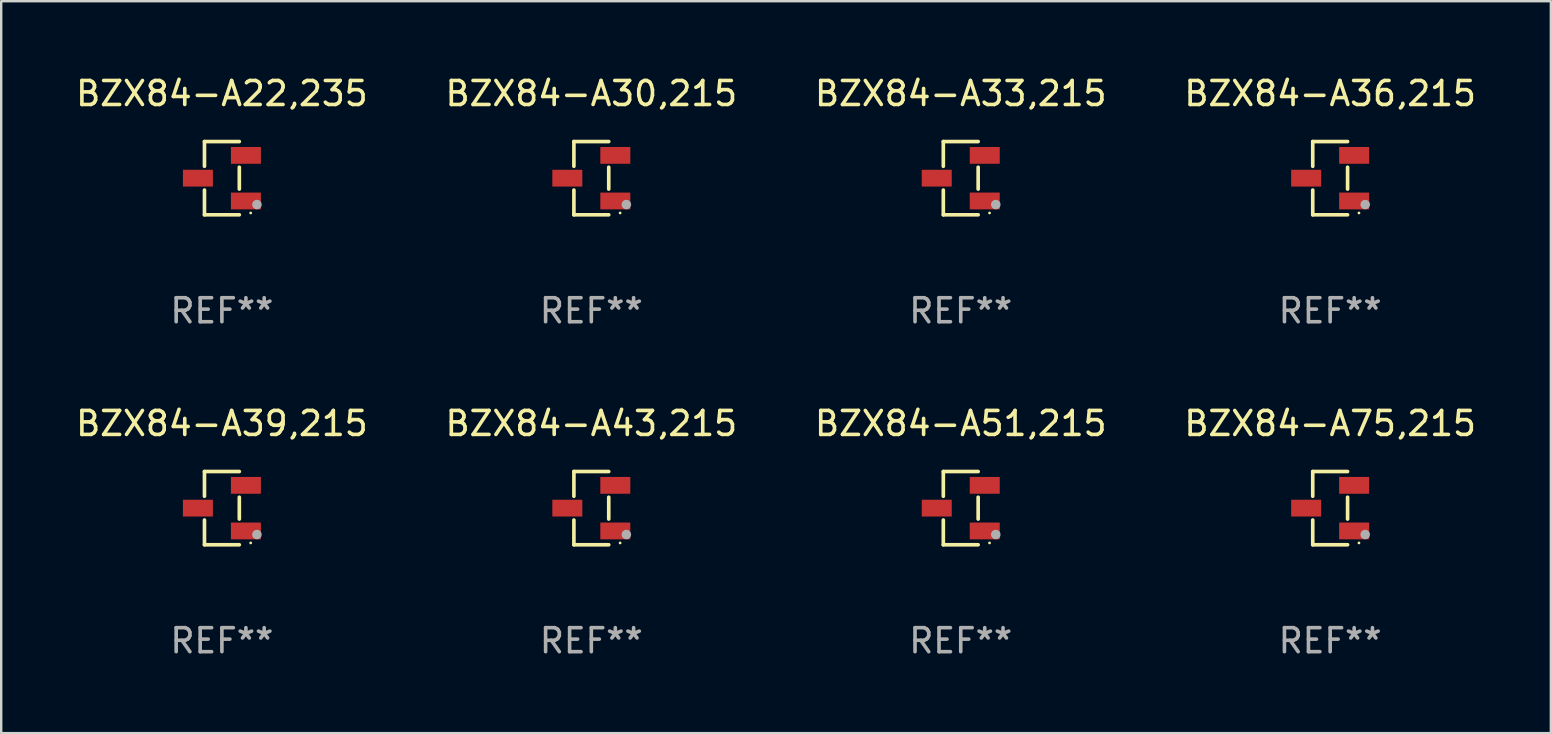
<source format=kicad_pcb>
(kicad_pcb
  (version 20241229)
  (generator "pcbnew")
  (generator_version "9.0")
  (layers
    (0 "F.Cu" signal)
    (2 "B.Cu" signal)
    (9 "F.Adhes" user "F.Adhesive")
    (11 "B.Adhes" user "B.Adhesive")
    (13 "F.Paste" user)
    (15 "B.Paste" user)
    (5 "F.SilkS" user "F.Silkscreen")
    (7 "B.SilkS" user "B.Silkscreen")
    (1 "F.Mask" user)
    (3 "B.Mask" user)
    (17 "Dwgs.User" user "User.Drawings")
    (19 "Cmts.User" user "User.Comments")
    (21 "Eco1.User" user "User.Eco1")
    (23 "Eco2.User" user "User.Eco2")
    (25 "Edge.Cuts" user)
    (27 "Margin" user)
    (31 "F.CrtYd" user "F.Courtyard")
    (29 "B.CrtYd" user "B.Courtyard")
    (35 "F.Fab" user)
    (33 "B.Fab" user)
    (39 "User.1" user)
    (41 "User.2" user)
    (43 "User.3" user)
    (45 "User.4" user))
  (footprint "BZX84-A39,215"
    (layer "F.Cu")
    (at 6.196 18.123)
    (property "Reference" "BZX84-A39,215" (at 0 -3.526 0) (layer "F.SilkS") (effects (font (size 1 1) (thickness 0.15))))
    (attr through_hole)
    (fp_line (start -0.726 -1.526) (end -0.726 -0.495) (stroke (width 0.152) (type solid)) (layer "F.SilkS"))
    (fp_line (start -0.726 1.526) (end -0.726 0.495) (stroke (width 0.152) (type solid)) (layer "F.SilkS"))
    (fp_line (start 0.726 -1.526) (end -0.726 -1.526) (stroke (width 0.152) (type solid)) (layer "F.SilkS"))
    (fp_line (start 0.726 -0.455) (end 0.726 0.455) (stroke (width 0.152) (type solid)) (layer "F.SilkS"))
    (fp_line (start 0.726 1.526) (end -0.726 1.526) (stroke (width 0.152) (type solid)) (layer "F.SilkS"))
    (fp_circle (center 1.2 1.45) (end 1.23 1.45) (stroke (width 0.06) (type solid)) (fill no) (layer "F.SilkS"))
    (fp_circle (center 1.46 1.1) (end 1.56 1.1) (stroke (width 0.2) (type solid)) (fill no) (layer "F.Fab"))
    (fp_text user "REF**" (at 0 5.526 0) (layer "F.Fab") (effects (font (size 1 1) (thickness 0.15))))
    (pad "1" smd rect (at 1 0.95) (size 1.25 0.7) (layers "F.Cu" "F.Mask" "F.Paste"))
    (pad "2" smd rect (at 1 -0.95) (size 1.25 0.7) (layers "F.Cu" "F.Mask" "F.Paste"))
    (pad "3" smd rect (at -1 0) (size 1.25 0.7) (layers "F.Cu" "F.Mask" "F.Paste")))
  (footprint "BZX84-A75,215"
    (layer "F.Cu")
    (at 52.375 18.123)
    (property "Reference" "BZX84-A75,215" (at 0 -3.526 0) (layer "F.SilkS") (effects (font (size 1 1) (thickness 0.15))))
    (attr through_hole)
    (fp_line (start -0.726 -1.526) (end -0.726 -0.495) (stroke (width 0.152) (type solid)) (layer "F.SilkS"))
    (fp_line (start -0.726 1.526) (end -0.726 0.495) (stroke (width 0.152) (type solid)) (layer "F.SilkS"))
    (fp_line (start 0.726 -1.526) (end -0.726 -1.526) (stroke (width 0.152) (type solid)) (layer "F.SilkS"))
    (fp_line (start 0.726 -0.455) (end 0.726 0.455) (stroke (width 0.152) (type solid)) (layer "F.SilkS"))
    (fp_line (start 0.726 1.526) (end -0.726 1.526) (stroke (width 0.152) (type solid)) (layer "F.SilkS"))
    (fp_circle (center 1.2 1.45) (end 1.23 1.45) (stroke (width 0.06) (type solid)) (fill no) (layer "F.SilkS"))
    (fp_circle (center 1.46 1.1) (end 1.56 1.1) (stroke (width 0.2) (type solid)) (fill no) (layer "F.Fab"))
    (fp_text user "REF**" (at 0 5.526 0) (layer "F.Fab") (effects (font (size 1 1) (thickness 0.15))))
    (pad "1" smd rect (at 1 0.95) (size 1.25 0.7) (layers "F.Cu" "F.Mask" "F.Paste"))
    (pad "2" smd rect (at 1 -0.95) (size 1.25 0.7) (layers "F.Cu" "F.Mask" "F.Paste"))
    (pad "3" smd rect (at -1 0) (size 1.25 0.7) (layers "F.Cu" "F.Mask" "F.Paste")))
  (footprint "BZX84-A30,215"
    (layer "F.Cu")
    (at 21.589 4.374)
    (property "Reference" "BZX84-A30,215" (at 0 -3.526 0) (layer "F.SilkS") (effects (font (size 1 1) (thickness 0.15))))
    (attr through_hole)
    (fp_line (start -0.726 -1.526) (end -0.726 -0.495) (stroke (width 0.152) (type solid)) (layer "F.SilkS"))
    (fp_line (start -0.726 1.526) (end -0.726 0.495) (stroke (width 0.152) (type solid)) (layer "F.SilkS"))
    (fp_line (start 0.726 -1.526) (end -0.726 -1.526) (stroke (width 0.152) (type solid)) (layer "F.SilkS"))
    (fp_line (start 0.726 -0.455) (end 0.726 0.455) (stroke (width 0.152) (type solid)) (layer "F.SilkS"))
    (fp_line (start 0.726 1.526) (end -0.726 1.526) (stroke (width 0.152) (type solid)) (layer "F.SilkS"))
    (fp_circle (center 1.2 1.45) (end 1.23 1.45) (stroke (width 0.06) (type solid)) (fill no) (layer "F.SilkS"))
    (fp_circle (center 1.46 1.1) (end 1.56 1.1) (stroke (width 0.2) (type solid)) (fill no) (layer "F.Fab"))
    (fp_text user "REF**" (at 0 5.526 0) (layer "F.Fab") (effects (font (size 1 1) (thickness 0.15))))
    (pad "1" smd rect (at 1 0.95) (size 1.25 0.7) (layers "F.Cu" "F.Mask" "F.Paste"))
    (pad "2" smd rect (at 1 -0.95) (size 1.25 0.7) (layers "F.Cu" "F.Mask" "F.Paste"))
    (pad "3" smd rect (at -1 0) (size 1.25 0.7) (layers "F.Cu" "F.Mask" "F.Paste")))
  (footprint "BZX84-A36,215"
    (layer "F.Cu")
    (at 52.375 4.374)
    (property "Reference" "BZX84-A36,215" (at 0 -3.526 0) (layer "F.SilkS") (effects (font (size 1 1) (thickness 0.15))))
    (attr through_hole)
    (fp_line (start -0.726 -1.526) (end -0.726 -0.495) (stroke (width 0.152) (type solid)) (layer "F.SilkS"))
    (fp_line (start -0.726 1.526) (end -0.726 0.495) (stroke (width 0.152) (type solid)) (layer "F.SilkS"))
    (fp_line (start 0.726 -1.526) (end -0.726 -1.526) (stroke (width 0.152) (type solid)) (layer "F.SilkS"))
    (fp_line (start 0.726 -0.455) (end 0.726 0.455) (stroke (width 0.152) (type solid)) (layer "F.SilkS"))
    (fp_line (start 0.726 1.526) (end -0.726 1.526) (stroke (width 0.152) (type solid)) (layer "F.SilkS"))
    (fp_circle (center 1.2 1.45) (end 1.23 1.45) (stroke (width 0.06) (type solid)) (fill no) (layer "F.SilkS"))
    (fp_circle (center 1.46 1.1) (end 1.56 1.1) (stroke (width 0.2) (type solid)) (fill no) (layer "F.Fab"))
    (fp_text user "REF**" (at 0 5.526 0) (layer "F.Fab") (effects (font (size 1 1) (thickness 0.15))))
    (pad "1" smd rect (at 1 0.95) (size 1.25 0.7) (layers "F.Cu" "F.Mask" "F.Paste"))
    (pad "2" smd rect (at 1 -0.95) (size 1.25 0.7) (layers "F.Cu" "F.Mask" "F.Paste"))
    (pad "3" smd rect (at -1 0) (size 1.25 0.7) (layers "F.Cu" "F.Mask" "F.Paste")))
  (footprint "BZX84-A33,215"
    (layer "F.Cu")
    (at 36.982 4.374)
    (property "Reference" "BZX84-A33,215" (at 0 -3.526 0) (layer "F.SilkS") (effects (font (size 1 1) (thickness 0.15))))
    (attr through_hole)
    (fp_line (start -0.726 -1.526) (end -0.726 -0.495) (stroke (width 0.152) (type solid)) (layer "F.SilkS"))
    (fp_line (start -0.726 1.526) (end -0.726 0.495) (stroke (width 0.152) (type solid)) (layer "F.SilkS"))
    (fp_line (start 0.726 -1.526) (end -0.726 -1.526) (stroke (width 0.152) (type solid)) (layer "F.SilkS"))
    (fp_line (start 0.726 -0.455) (end 0.726 0.455) (stroke (width 0.152) (type solid)) (layer "F.SilkS"))
    (fp_line (start 0.726 1.526) (end -0.726 1.526) (stroke (width 0.152) (type solid)) (layer "F.SilkS"))
    (fp_circle (center 1.2 1.45) (end 1.23 1.45) (stroke (width 0.06) (type solid)) (fill no) (layer "F.SilkS"))
    (fp_circle (center 1.46 1.1) (end 1.56 1.1) (stroke (width 0.2) (type solid)) (fill no) (layer "F.Fab"))
    (fp_text user "REF**" (at 0 5.526 0) (layer "F.Fab") (effects (font (size 1 1) (thickness 0.15))))
    (pad "1" smd rect (at 1 0.95) (size 1.25 0.7) (layers "F.Cu" "F.Mask" "F.Paste"))
    (pad "2" smd rect (at 1 -0.95) (size 1.25 0.7) (layers "F.Cu" "F.Mask" "F.Paste"))
    (pad "3" smd rect (at -1 0) (size 1.25 0.7) (layers "F.Cu" "F.Mask" "F.Paste")))
  (footprint "BZX84-A43,215"
    (layer "F.Cu")
    (at 21.589 18.123)
    (property "Reference" "BZX84-A43,215" (at 0 -3.526 0) (layer "F.SilkS") (effects (font (size 1 1) (thickness 0.15))))
    (attr through_hole)
    (fp_line (start -0.726 -1.526) (end -0.726 -0.495) (stroke (width 0.152) (type solid)) (layer "F.SilkS"))
    (fp_line (start -0.726 1.526) (end -0.726 0.495) (stroke (width 0.152) (type solid)) (layer "F.SilkS"))
    (fp_line (start 0.726 -1.526) (end -0.726 -1.526) (stroke (width 0.152) (type solid)) (layer "F.SilkS"))
    (fp_line (start 0.726 -0.455) (end 0.726 0.455) (stroke (width 0.152) (type solid)) (layer "F.SilkS"))
    (fp_line (start 0.726 1.526) (end -0.726 1.526) (stroke (width 0.152) (type solid)) (layer "F.SilkS"))
    (fp_circle (center 1.2 1.45) (end 1.23 1.45) (stroke (width 0.06) (type solid)) (fill no) (layer "F.SilkS"))
    (fp_circle (center 1.46 1.1) (end 1.56 1.1) (stroke (width 0.2) (type solid)) (fill no) (layer "F.Fab"))
    (fp_text user "REF**" (at 0 5.526 0) (layer "F.Fab") (effects (font (size 1 1) (thickness 0.15))))
    (pad "1" smd rect (at 1 0.95) (size 1.25 0.7) (layers "F.Cu" "F.Mask" "F.Paste"))
    (pad "2" smd rect (at 1 -0.95) (size 1.25 0.7) (layers "F.Cu" "F.Mask" "F.Paste"))
    (pad "3" smd rect (at -1 0) (size 1.25 0.7) (layers "F.Cu" "F.Mask" "F.Paste")))
  (footprint "BZX84-A51,215"
    (layer "F.Cu")
    (at 36.982 18.123)
    (property "Reference" "BZX84-A51,215" (at 0 -3.526 0) (layer "F.SilkS") (effects (font (size 1 1) (thickness 0.15))))
    (attr through_hole)
    (fp_line (start -0.726 -1.526) (end -0.726 -0.495) (stroke (width 0.152) (type solid)) (layer "F.SilkS"))
    (fp_line (start -0.726 1.526) (end -0.726 0.495) (stroke (width 0.152) (type solid)) (layer "F.SilkS"))
    (fp_line (start 0.726 -1.526) (end -0.726 -1.526) (stroke (width 0.152) (type solid)) (layer "F.SilkS"))
    (fp_line (start 0.726 -0.455) (end 0.726 0.455) (stroke (width 0.152) (type solid)) (layer "F.SilkS"))
    (fp_line (start 0.726 1.526) (end -0.726 1.526) (stroke (width 0.152) (type solid)) (layer "F.SilkS"))
    (fp_circle (center 1.2 1.45) (end 1.23 1.45) (stroke (width 0.06) (type solid)) (fill no) (layer "F.SilkS"))
    (fp_circle (center 1.46 1.1) (end 1.56 1.1) (stroke (width 0.2) (type solid)) (fill no) (layer "F.Fab"))
    (fp_text user "REF**" (at 0 5.526 0) (layer "F.Fab") (effects (font (size 1 1) (thickness 0.15))))
    (pad "1" smd rect (at 1 0.95) (size 1.25 0.7) (layers "F.Cu" "F.Mask" "F.Paste"))
    (pad "2" smd rect (at 1 -0.95) (size 1.25 0.7) (layers "F.Cu" "F.Mask" "F.Paste"))
    (pad "3" smd rect (at -1 0) (size 1.25 0.7) (layers "F.Cu" "F.Mask" "F.Paste")))
  (footprint "BZX84-A22,235"
    (layer "F.Cu")
    (at 6.196 4.374)
    (property "Reference" "BZX84-A22,235" (at 0 -3.526 0) (layer "F.SilkS") (effects (font (size 1 1) (thickness 0.15))))
    (attr through_hole)
    (fp_line (start -0.726 -1.526) (end -0.726 -0.495) (stroke (width 0.152) (type solid)) (layer "F.SilkS"))
    (fp_line (start -0.726 1.526) (end -0.726 0.495) (stroke (width 0.152) (type solid)) (layer "F.SilkS"))
    (fp_line (start 0.726 -1.526) (end -0.726 -1.526) (stroke (width 0.152) (type solid)) (layer "F.SilkS"))
    (fp_line (start 0.726 -0.455) (end 0.726 0.455) (stroke (width 0.152) (type solid)) (layer "F.SilkS"))
    (fp_line (start 0.726 1.526) (end -0.726 1.526) (stroke (width 0.152) (type solid)) (layer "F.SilkS"))
    (fp_circle (center 1.2 1.45) (end 1.23 1.45) (stroke (width 0.06) (type solid)) (fill no) (layer "F.SilkS"))
    (fp_circle (center 1.46 1.1) (end 1.56 1.1) (stroke (width 0.2) (type solid)) (fill no) (layer "F.Fab"))
    (fp_text user "REF**" (at 0 5.526 0) (layer "F.Fab") (effects (font (size 1 1) (thickness 0.15))))
    (pad "1" smd rect (at 1 0.95) (size 1.25 0.7) (layers "F.Cu" "F.Mask" "F.Paste"))
    (pad "2" smd rect (at 1 -0.95) (size 1.25 0.7) (layers "F.Cu" "F.Mask" "F.Paste"))
    (pad "3" smd rect (at -1 0) (size 1.25 0.7) (layers "F.Cu" "F.Mask" "F.Paste")))
  (gr_rect
    (start -3 -3)
    (end 61.571 27.498)
    (stroke (width 0.1) (type default))
    (fill no)
    (layer "Edge.Cuts")))
</source>
